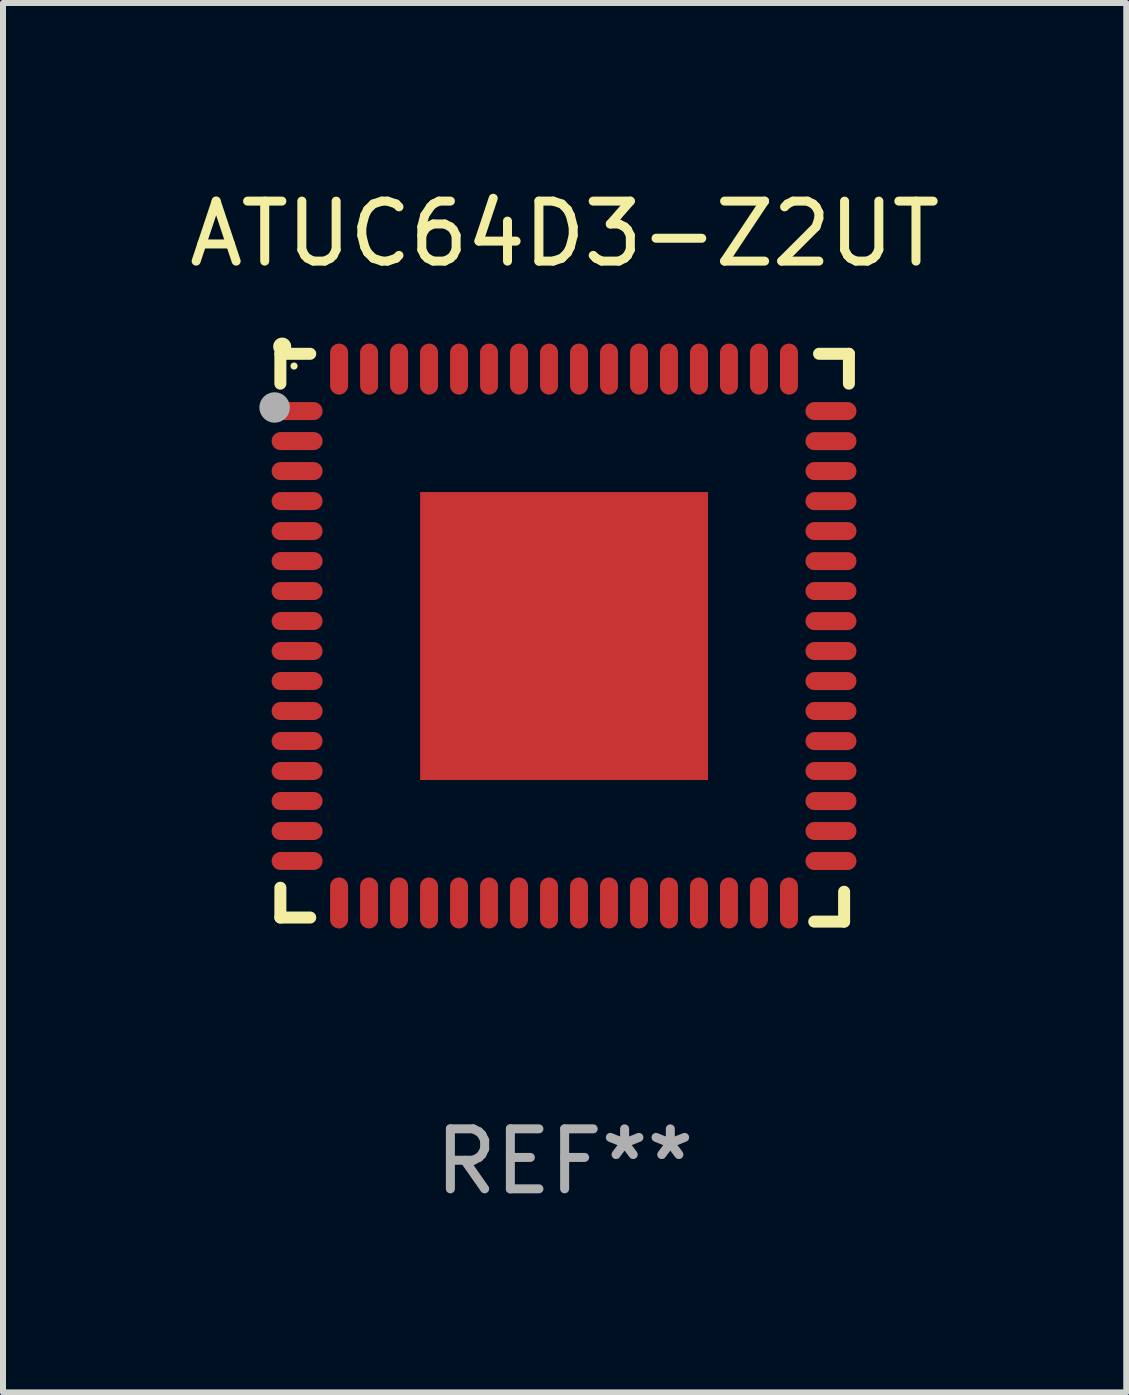
<source format=kicad_pcb>
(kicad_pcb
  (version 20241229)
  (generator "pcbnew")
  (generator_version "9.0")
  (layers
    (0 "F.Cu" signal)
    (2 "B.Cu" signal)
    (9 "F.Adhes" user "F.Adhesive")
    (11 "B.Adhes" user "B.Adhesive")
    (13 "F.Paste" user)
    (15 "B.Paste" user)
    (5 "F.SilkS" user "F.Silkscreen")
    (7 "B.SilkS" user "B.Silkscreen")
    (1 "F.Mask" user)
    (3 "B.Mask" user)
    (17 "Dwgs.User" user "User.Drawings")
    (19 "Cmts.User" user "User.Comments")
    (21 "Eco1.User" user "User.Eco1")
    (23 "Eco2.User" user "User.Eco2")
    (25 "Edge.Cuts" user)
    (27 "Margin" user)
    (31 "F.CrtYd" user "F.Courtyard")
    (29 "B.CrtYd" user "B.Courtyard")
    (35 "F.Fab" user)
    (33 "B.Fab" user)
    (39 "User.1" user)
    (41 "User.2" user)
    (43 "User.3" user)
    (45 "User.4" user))
  (footprint "ATUC64D3-Z2UT"
    (layer "F.Cu")
    (at 6.363 7.581)
    (property "Reference" "ATUC64D3-Z2UT" (at 0 -6.733 0) (layer "F.SilkS") (effects (font (size 1 1) (thickness 0.15))))
    (attr through_hole)
    (fp_line (start -4.739 -4.733) (end -4.241 -4.733) (stroke (width 0.2) (type solid)) (layer "F.SilkS"))
    (fp_line (start -4.739 -4.235) (end -4.739 -4.733) (stroke (width 0.2) (type solid)) (layer "F.SilkS"))
    (fp_line (start -4.739 4.168) (end -4.739 4.665) (stroke (width 0.2) (type solid)) (layer "F.SilkS"))
    (fp_line (start -4.739 4.665) (end -4.241 4.665) (stroke (width 0.2) (type solid)) (layer "F.SilkS"))
    (fp_line (start 4.161 4.733) (end 4.659 4.733) (stroke (width 0.2) (type solid)) (layer "F.SilkS"))
    (fp_line (start 4.241 -4.733) (end 4.739 -4.733) (stroke (width 0.2) (type solid)) (layer "F.SilkS"))
    (fp_line (start 4.659 4.733) (end 4.659 4.235) (stroke (width 0.2) (type solid)) (layer "F.SilkS"))
    (fp_line (start 4.739 -4.733) (end 4.739 -4.235) (stroke (width 0.2) (type solid)) (layer "F.SilkS"))
    (fp_arc (start -4.708623 -4.85108) (mid -4.708628 -4.85235) (end -4.708623 -4.85362) (stroke (width 0.3) (type solid)) (layer "F.SilkS"))
    (fp_circle (center -4.511 -4.529) (end -4.481 -4.529) (stroke (width 0.06) (type solid)) (fill no) (layer "F.SilkS"))
    (fp_circle (center -4.835 -3.838) (end -4.708 -3.838) (stroke (width 0.254) (type solid)) (fill no) (layer "F.Fab"))
    (fp_text user "REF**" (at 0 8.733 0) (layer "F.Fab") (effects (font (size 1 1) (thickness 0.15))))
    (pad "1" smd oval (at -4.46 -3.778) (size 0.85 0.3) (layers "F.Cu" "F.Mask" "F.Paste"))
    (pad "2" smd oval (at -4.46 -3.278) (size 0.85 0.3) (layers "F.Cu" "F.Mask" "F.Paste"))
    (pad "3" smd oval (at -4.46 -2.778) (size 0.85 0.3) (layers "F.Cu" "F.Mask" "F.Paste"))
    (pad "4" smd oval (at -4.46 -2.278) (size 0.85 0.3) (layers "F.Cu" "F.Mask" "F.Paste"))
    (pad "5" smd oval (at -4.46 -1.778) (size 0.85 0.3) (layers "F.Cu" "F.Mask" "F.Paste"))
    (pad "6" smd oval (at -4.46 -1.278) (size 0.85 0.3) (layers "F.Cu" "F.Mask" "F.Paste"))
    (pad "7" smd oval (at -4.46 -0.778) (size 0.85 0.3) (layers "F.Cu" "F.Mask" "F.Paste"))
    (pad "8" smd oval (at -4.46 -0.278) (size 0.85 0.3) (layers "F.Cu" "F.Mask" "F.Paste"))
    (pad "9" smd oval (at -4.46 0.222) (size 0.85 0.3) (layers "F.Cu" "F.Mask" "F.Paste"))
    (pad "10" smd oval (at -4.46 0.722) (size 0.85 0.3) (layers "F.Cu" "F.Mask" "F.Paste"))
    (pad "11" smd oval (at -4.46 1.222) (size 0.85 0.3) (layers "F.Cu" "F.Mask" "F.Paste"))
    (pad "12" smd oval (at -4.46 1.722) (size 0.85 0.3) (layers "F.Cu" "F.Mask" "F.Paste"))
    (pad "13" smd oval (at -4.46 2.222) (size 0.85 0.3) (layers "F.Cu" "F.Mask" "F.Paste"))
    (pad "14" smd oval (at -4.46 2.722) (size 0.85 0.3) (layers "F.Cu" "F.Mask" "F.Paste"))
    (pad "15" smd oval (at -4.46 3.222) (size 0.85 0.3) (layers "F.Cu" "F.Mask" "F.Paste"))
    (pad "16" smd oval (at -4.46 3.722) (size 0.85 0.3) (layers "F.Cu" "F.Mask" "F.Paste"))
    (pad "17" smd oval (at -3.76 4.422) (size 0.3 0.85) (layers "F.Cu" "F.Mask" "F.Paste"))
    (pad "18" smd oval (at -3.26 4.422) (size 0.3 0.85) (layers "F.Cu" "F.Mask" "F.Paste"))
    (pad "19" smd oval (at -2.76 4.422) (size 0.3 0.85) (layers "F.Cu" "F.Mask" "F.Paste"))
    (pad "20" smd oval (at -2.26 4.422) (size 0.3 0.85) (layers "F.Cu" "F.Mask" "F.Paste"))
    (pad "21" smd oval (at -1.76 4.422) (size 0.3 0.85) (layers "F.Cu" "F.Mask" "F.Paste"))
    (pad "22" smd oval (at -1.26 4.422) (size 0.3 0.85) (layers "F.Cu" "F.Mask" "F.Paste"))
    (pad "23" smd oval (at -0.76 4.422) (size 0.3 0.85) (layers "F.Cu" "F.Mask" "F.Paste"))
    (pad "24" smd oval (at -0.26 4.422) (size 0.3 0.85) (layers "F.Cu" "F.Mask" "F.Paste"))
    (pad "25" smd oval (at 0.24 4.422) (size 0.3 0.85) (layers "F.Cu" "F.Mask" "F.Paste"))
    (pad "26" smd oval (at 0.74 4.422) (size 0.3 0.85) (layers "F.Cu" "F.Mask" "F.Paste"))
    (pad "27" smd oval (at 1.24 4.422) (size 0.3 0.85) (layers "F.Cu" "F.Mask" "F.Paste"))
    (pad "28" smd oval (at 1.74 4.422) (size 0.3 0.85) (layers "F.Cu" "F.Mask" "F.Paste"))
    (pad "29" smd oval (at 2.24 4.422) (size 0.3 0.85) (layers "F.Cu" "F.Mask" "F.Paste"))
    (pad "30" smd oval (at 2.74 4.422) (size 0.3 0.85) (layers "F.Cu" "F.Mask" "F.Paste"))
    (pad "31" smd oval (at 3.24 4.422) (size 0.3 0.85) (layers "F.Cu" "F.Mask" "F.Paste"))
    (pad "32" smd oval (at 3.74 4.422) (size 0.3 0.85) (layers "F.Cu" "F.Mask" "F.Paste"))
    (pad "33" smd oval (at 4.44 3.723) (size 0.85 0.3) (layers "F.Cu" "F.Mask" "F.Paste"))
    (pad "34" smd oval (at 4.44 3.222) (size 0.85 0.3) (layers "F.Cu" "F.Mask" "F.Paste"))
    (pad "35" smd oval (at 4.44 2.723) (size 0.85 0.3) (layers "F.Cu" "F.Mask" "F.Paste"))
    (pad "36" smd oval (at 4.44 2.222) (size 0.85 0.3) (layers "F.Cu" "F.Mask" "F.Paste"))
    (pad "37" smd oval (at 4.44 1.723) (size 0.85 0.3) (layers "F.Cu" "F.Mask" "F.Paste"))
    (pad "38" smd oval (at 4.44 1.222) (size 0.85 0.3) (layers "F.Cu" "F.Mask" "F.Paste"))
    (pad "39" smd oval (at 4.44 0.723) (size 0.85 0.3) (layers "F.Cu" "F.Mask" "F.Paste"))
    (pad "40" smd oval (at 4.44 0.222) (size 0.85 0.3) (layers "F.Cu" "F.Mask" "F.Paste"))
    (pad "41" smd oval (at 4.44 -0.277) (size 0.85 0.3) (layers "F.Cu" "F.Mask" "F.Paste"))
    (pad "42" smd oval (at 4.44 -0.778) (size 0.85 0.3) (layers "F.Cu" "F.Mask" "F.Paste"))
    (pad "43" smd oval (at 4.44 -1.277) (size 0.85 0.3) (layers "F.Cu" "F.Mask" "F.Paste"))
    (pad "44" smd oval (at 4.44 -1.778) (size 0.85 0.3) (layers "F.Cu" "F.Mask" "F.Paste"))
    (pad "45" smd oval (at 4.44 -2.277) (size 0.85 0.3) (layers "F.Cu" "F.Mask" "F.Paste"))
    (pad "46" smd oval (at 4.44 -2.778) (size 0.85 0.3) (layers "F.Cu" "F.Mask" "F.Paste"))
    (pad "47" smd oval (at 4.44 -3.277) (size 0.85 0.3) (layers "F.Cu" "F.Mask" "F.Paste"))
    (pad "48" smd oval (at 4.44 -3.778) (size 0.85 0.3) (layers "F.Cu" "F.Mask" "F.Paste"))
    (pad "49" smd oval (at 3.74 -4.478) (size 0.3 0.85) (layers "F.Cu" "F.Mask" "F.Paste"))
    (pad "50" smd oval (at 3.24 -4.478) (size 0.3 0.85) (layers "F.Cu" "F.Mask" "F.Paste"))
    (pad "51" smd oval (at 2.74 -4.478) (size 0.3 0.85) (layers "F.Cu" "F.Mask" "F.Paste"))
    (pad "52" smd oval (at 2.24 -4.478) (size 0.3 0.85) (layers "F.Cu" "F.Mask" "F.Paste"))
    (pad "53" smd oval (at 1.74 -4.478) (size 0.3 0.85) (layers "F.Cu" "F.Mask" "F.Paste"))
    (pad "54" smd oval (at 1.24 -4.478) (size 0.3 0.85) (layers "F.Cu" "F.Mask" "F.Paste"))
    (pad "55" smd oval (at 0.74 -4.478) (size 0.3 0.85) (layers "F.Cu" "F.Mask" "F.Paste"))
    (pad "56" smd oval (at 0.24 -4.478) (size 0.3 0.85) (layers "F.Cu" "F.Mask" "F.Paste"))
    (pad "57" smd oval (at -0.26 -4.478) (size 0.3 0.85) (layers "F.Cu" "F.Mask" "F.Paste"))
    (pad "58" smd oval (at -0.76 -4.478) (size 0.3 0.85) (layers "F.Cu" "F.Mask" "F.Paste"))
    (pad "59" smd oval (at -1.26 -4.478) (size 0.3 0.85) (layers "F.Cu" "F.Mask" "F.Paste"))
    (pad "60" smd oval (at -1.76 -4.478) (size 0.3 0.85) (layers "F.Cu" "F.Mask" "F.Paste"))
    (pad "61" smd oval (at -2.26 -4.478) (size 0.3 0.85) (layers "F.Cu" "F.Mask" "F.Paste"))
    (pad "62" smd oval (at -2.76 -4.478) (size 0.3 0.85) (layers "F.Cu" "F.Mask" "F.Paste"))
    (pad "63" smd oval (at -3.26 -4.478) (size 0.3 0.85) (layers "F.Cu" "F.Mask" "F.Paste"))
    (pad "64" smd oval (at -3.76 -4.478) (size 0.3 0.85) (layers "F.Cu" "F.Mask" "F.Paste"))
    (pad "65" smd rect (at -0.009 -0.028 90) (size 4.8 4.8) (layers "F.Cu" "F.Mask" "F.Paste")))
  (gr_rect
    (start -3 -3)
    (end 15.726 20.162)
    (stroke (width 0.1) (type default))
    (fill no)
    (layer "Edge.Cuts")))
</source>
